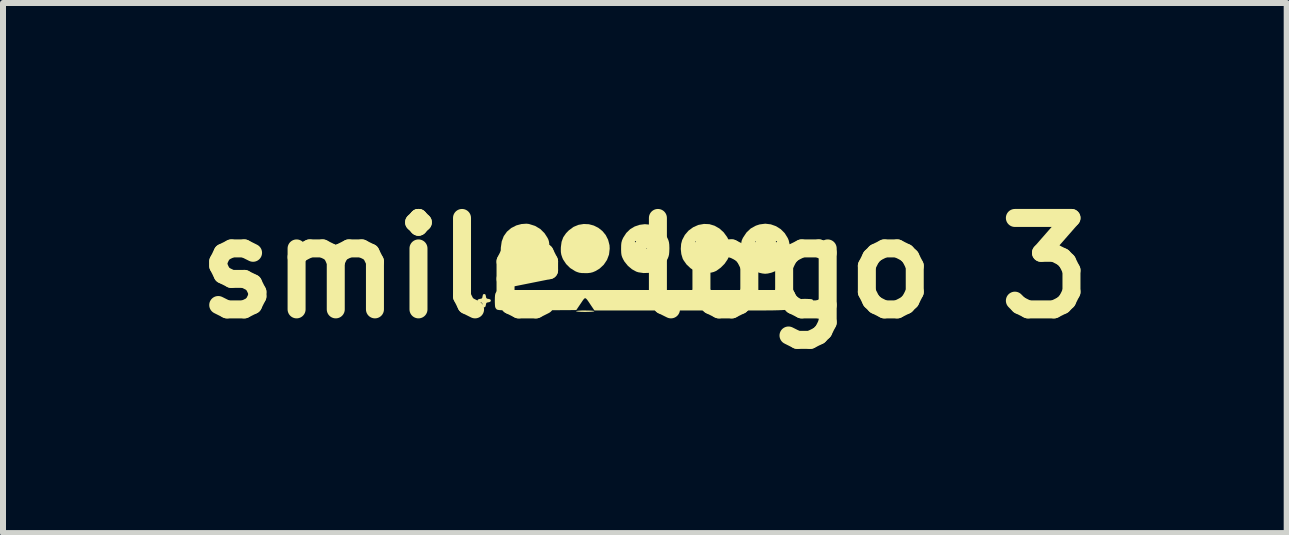
<source format=kicad_pcb>
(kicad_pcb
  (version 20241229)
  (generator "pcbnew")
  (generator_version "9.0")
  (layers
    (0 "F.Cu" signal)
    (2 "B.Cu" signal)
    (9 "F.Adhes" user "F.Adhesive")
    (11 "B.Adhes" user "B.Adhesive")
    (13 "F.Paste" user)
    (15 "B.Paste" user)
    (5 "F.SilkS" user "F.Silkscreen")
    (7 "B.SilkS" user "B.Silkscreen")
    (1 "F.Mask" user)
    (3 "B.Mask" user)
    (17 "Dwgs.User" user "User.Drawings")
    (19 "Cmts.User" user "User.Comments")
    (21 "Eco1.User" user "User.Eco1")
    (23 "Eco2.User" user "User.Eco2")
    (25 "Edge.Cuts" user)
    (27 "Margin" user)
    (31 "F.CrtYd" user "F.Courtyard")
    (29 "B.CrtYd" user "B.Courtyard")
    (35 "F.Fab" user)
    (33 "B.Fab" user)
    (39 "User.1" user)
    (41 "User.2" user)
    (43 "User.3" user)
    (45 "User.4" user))
  (footprint "smile logo 3"
    (layer "F.Cu")
    (at 7.7 1.418)
    (property "Reference" "smile logo 3" (at 0 0 0) (layer "F.SilkS") (effects (font (size 1.524 1.524) (thickness 0.3))))
    (attr board_only exclude_from_pos_files exclude_from_bom)
    (fp_poly (pts (xy -0.928 0.709) (xy -0.879 0.711) (xy -0.85 0.715) (xy -0.842 0.72) (xy -0.854 0.725) (xy -0.887 0.729) (xy -0.94 0.731) (xy -0.994 0.732) (xy -1.06 0.731) (xy -1.109 0.728) (xy -1.139 0.724) (xy -1.147 0.72) (xy -1.135 0.715) (xy -1.102 0.711) (xy -1.049 0.708) (xy -0.994 0.708)) (stroke (width 0) (type solid)) (fill yes) (layer "F.SilkS"))
    (fp_poly (pts (xy 2.697 0.515) (xy 2.747 0.517) (xy 2.778 0.52) (xy 2.795 0.526) (xy 2.802 0.536) (xy 2.804 0.546) (xy 2.804 0.559) (xy 2.799 0.567) (xy 2.783 0.571) (xy 2.753 0.573) (xy 2.702 0.573) (xy 2.697 0.573) (xy 2.642 0.573) (xy 2.607 0.57) (xy 2.587 0.564) (xy 2.578 0.555) (xy 2.578 0.554) (xy 2.576 0.535) (xy 2.589 0.522) (xy 2.62 0.516) (xy 2.671 0.514)) (stroke (width 0) (type solid)) (fill yes) (layer "F.SilkS"))
    (fp_poly (pts (xy -0.933 -0.73) (xy -0.851 -0.708) (xy -0.775 -0.67) (xy -0.707 -0.616) (xy -0.652 -0.549) (xy -0.612 -0.47) (xy -0.589 -0.38) (xy -0.586 -0.323) (xy -0.597 -0.225) (xy -0.631 -0.135) (xy -0.685 -0.055) (xy -0.756 0.011) (xy -0.823 0.051) (xy -0.868 0.07) (xy -0.908 0.08) (xy -0.954 0.085) (xy -0.994 0.085) (xy -1.051 0.084) (xy -1.094 0.078) (xy -1.134 0.065) (xy -1.165 0.051) (xy -1.245 0.000422) (xy -1.313 -0.067) (xy -1.364 -0.145) (xy -1.378 -0.178) (xy -1.393 -0.223) (xy -1.4 -0.266) (xy -1.401 -0.316) (xy -1.4 -0.348) (xy -1.388 -0.437) (xy -1.36 -0.513) (xy -1.313 -0.581) (xy -1.266 -0.629) (xy -1.188 -0.686) (xy -1.105 -0.72) (xy -1.019 -0.734)) (stroke (width 0) (type solid)) (fill yes) (layer "F.SilkS"))
    (fp_poly (pts (xy -2.659 0.44) (xy -2.651 0.463) (xy -2.65 0.472) (xy -2.644 0.5) (xy -2.627 0.512) (xy -2.607 0.515) (xy -2.579 0.522) (xy -2.568 0.537) (xy -2.568 0.543) (xy -2.575 0.561) (xy -2.598 0.57) (xy -2.607 0.571) (xy -2.635 0.577) (xy -2.647 0.594) (xy -2.65 0.614) (xy -2.657 0.643) (xy -2.675 0.655) (xy -2.681 0.657) (xy -2.699 0.656) (xy -2.707 0.643) (xy -2.708 0.617) (xy -2.71 0.588) (xy -2.72 0.576) (xy -2.747 0.573) (xy -2.752 0.573) (xy -2.781 0.571) (xy -2.792 0.563) (xy -2.792 0.546) (xy -2.782 0.525) (xy -2.757 0.516) (xy -2.749 0.515) (xy -2.721 0.509) (xy -2.709 0.492) (xy -2.706 0.472) (xy -2.699 0.444) (xy -2.684 0.433) (xy -2.678 0.433)) (stroke (width 0) (type solid)) (fill yes) (layer "F.SilkS"))
    (fp_poly (pts (xy -1.931 -0.734) (xy -1.83 -0.702) (xy -1.744 -0.651) (xy -1.673 -0.581) (xy -1.625 -0.507) (xy -1.609 -0.475) (xy -1.6 -0.446) (xy -1.594 -0.411) (xy -1.592 -0.365) (xy -1.592 -0.323) (xy -1.593 -0.265) (xy -1.596 -0.223) (xy -1.602 -0.191) (xy -1.613 -0.163) (xy -1.625 -0.14) (xy -1.682 -0.056) (xy -1.753 0.01) (xy -1.835 0.058) (xy -1.924 0.086) (xy -2.018 0.092) (xy -2.072 0.085) (xy -2.167 0.054) (xy -2.249 0.002) (xy -2.318 -0.069) (xy -2.369 -0.154) (xy -2.387 -0.195) (xy -2.398 -0.228) (xy -2.402 -0.262) (xy -2.402 -0.306) (xy -2.401 -0.339) (xy -2.386 -0.443) (xy -2.352 -0.532) (xy -2.299 -0.606) (xy -2.226 -0.668) (xy -2.221 -0.67) (xy -2.143 -0.71) (xy -2.058 -0.733) (xy -1.974 -0.739)) (stroke (width 0) (type solid)) (fill yes) (layer "F.SilkS"))
    (fp_poly (pts (xy 2.1 -0.728) (xy 2.187 -0.697) (xy 2.265 -0.648) (xy 2.332 -0.581) (xy 2.382 -0.5) (xy 2.398 -0.462) (xy 2.411 -0.405) (xy 2.417 -0.335) (xy 2.414 -0.264) (xy 2.404 -0.202) (xy 2.398 -0.185) (xy 2.354 -0.098) (xy 2.291 -0.024) (xy 2.213 0.035) (xy 2.121 0.074) (xy 2.105 0.079) (xy 2.049 0.092) (xy 2.004 0.096) (xy 1.959 0.091) (xy 1.903 0.078) (xy 1.812 0.041) (xy 1.732 -0.016) (xy 1.666 -0.093) (xy 1.637 -0.14) (xy 1.621 -0.172) (xy 1.612 -0.201) (xy 1.607 -0.235) (xy 1.605 -0.282) (xy 1.604 -0.323) (xy 1.605 -0.382) (xy 1.608 -0.424) (xy 1.611 -0.439) (xy 1.842 -0.439) (xy 1.847 -0.429) (xy 1.85 -0.431) (xy 1.851 -0.439) (xy 2.184 -0.439) (xy 2.188 -0.427) (xy 2.189 -0.427) (xy 2.2 -0.436) (xy 2.202 -0.439) (xy 2.201 -0.45) (xy 2.197 -0.451) (xy 2.184 -0.443) (xy 2.184 -0.439) (xy 1.851 -0.439) (xy 1.852 -0.446) (xy 1.85 -0.447) (xy 1.843 -0.446) (xy 1.842 -0.439) (xy 1.611 -0.439) (xy 1.614 -0.455) (xy 1.626 -0.484) (xy 1.637 -0.506) (xy 1.695 -0.593) (xy 1.765 -0.659) (xy 1.85 -0.706) (xy 1.914 -0.727) (xy 2.008 -0.739)) (stroke (width 0) (type solid)) (fill yes) (layer "F.SilkS"))
    (fp_poly (pts (xy 1.076 -0.731) (xy 1.162 -0.705) (xy 1.243 -0.659) (xy 1.314 -0.595) (xy 1.371 -0.517) (xy 1.377 -0.506) (xy 1.392 -0.475) (xy 1.401 -0.446) (xy 1.407 -0.412) (xy 1.409 -0.365) (xy 1.409 -0.323) (xy 1.408 -0.265) (xy 1.405 -0.223) (xy 1.399 -0.191) (xy 1.388 -0.162) (xy 1.377 -0.14) (xy 1.329 -0.07) (xy 1.265 -0.006) (xy 1.195 0.045) (xy 1.183 0.051) (xy 1.148 0.066) (xy 1.108 0.076) (xy 1.056 0.081) (xy 1.019 0.083) (xy 0.963 0.084) (xy 0.924 0.082) (xy 0.892 0.075) (xy 0.858 0.062) (xy 0.836 0.051) (xy 0.762 0.004) (xy 0.696 -0.058) (xy 0.645 -0.13) (xy 0.631 -0.156) (xy 0.608 -0.232) (xy 0.599 -0.317) (xy 0.605 -0.402) (xy 0.615 -0.439) (xy 0.842 -0.439) (xy 0.846 -0.429) (xy 0.85 -0.431) (xy 0.851 -0.439) (xy 1.183 -0.439) (xy 1.188 -0.427) (xy 1.189 -0.427) (xy 1.199 -0.436) (xy 1.202 -0.439) (xy 1.201 -0.45) (xy 1.196 -0.451) (xy 1.184 -0.443) (xy 1.183 -0.439) (xy 0.851 -0.439) (xy 0.851 -0.446) (xy 0.85 -0.447) (xy 0.843 -0.446) (xy 0.842 -0.439) (xy 0.615 -0.439) (xy 0.622 -0.466) (xy 0.667 -0.552) (xy 0.729 -0.624) (xy 0.806 -0.68) (xy 0.892 -0.718) (xy 0.986 -0.735)) (stroke (width 0) (type solid)) (fill yes) (layer "F.SilkS"))
    (fp_poly (pts (xy 2.488 0.398) (xy 2.5 0.417) (xy 2.508 0.441) (xy 2.512 0.475) (xy 2.513 0.525) (xy 2.513 0.545) (xy 2.514 0.567) (xy 2.517 0.588) (xy 2.519 0.607) (xy 2.521 0.623) (xy 2.521 0.638) (xy 2.517 0.651) (xy 2.509 0.662) (xy 2.495 0.672) (xy 2.474 0.68) (xy 2.445 0.687) (xy 2.408 0.693) (xy 2.359 0.697) (xy 2.3 0.701) (xy 2.227 0.704) (xy 2.141 0.706) (xy 2.04 0.707) (xy 1.922 0.708) (xy 1.788 0.708) (xy 1.634 0.708) (xy 1.461 0.708) (xy 1.267 0.708) (xy 1.051 0.708) (xy 0.812 0.708) (xy -0.84 0.708) (xy -0.899 0.621) (xy -0.937 0.564) (xy -0.964 0.526) (xy -0.984 0.506) (xy -1 0.503) (xy -1.017 0.517) (xy -1.039 0.547) (xy -1.069 0.592) (xy -1.07 0.593) (xy -1.143 0.701) (xy -1.798 0.705) (xy -1.941 0.705) (xy -2.061 0.706) (xy -2.161 0.706) (xy -2.243 0.706) (xy -2.308 0.705) (xy -2.359 0.704) (xy -2.398 0.703) (xy -2.426 0.701) (xy -2.446 0.698) (xy -2.459 0.695) (xy -2.468 0.691) (xy -2.474 0.686) (xy -2.476 0.683) (xy -2.488 0.668) (xy -2.496 0.648) (xy -2.499 0.617) (xy -2.501 0.569) (xy -2.501 0.545) (xy -2.5 0.488) (xy -2.497 0.45) (xy -2.491 0.424) (xy -2.48 0.404) (xy -2.476 0.398) (xy -2.45 0.366) (xy 2.463 0.366)) (stroke (width 0) (type solid)) (fill yes) (layer "F.SilkS"))
    (fp_poly (pts (xy 0.085 -0.723) (xy 0.169 -0.698) (xy 0.245 -0.655) (xy 0.313 -0.595) (xy 0.367 -0.517) (xy 0.375 -0.503) (xy 0.392 -0.465) (xy 0.402 -0.43) (xy 0.407 -0.391) (xy 0.409 -0.338) (xy 0.409 -0.323) (xy 0.407 -0.266) (xy 0.403 -0.224) (xy 0.394 -0.189) (xy 0.379 -0.152) (xy 0.374 -0.144) (xy 0.328 -0.072) (xy 0.265 -0.008) (xy 0.192 0.042) (xy 0.151 0.06) (xy 0.068 0.081) (xy -0.022 0.084) (xy -0.109 0.071) (xy -0.143 0.06) (xy -0.216 0.02) (xy -0.283 -0.037) (xy -0.339 -0.106) (xy -0.36 -0.142) (xy -0.378 -0.18) (xy -0.389 -0.214) (xy -0.394 -0.251) (xy -0.396 -0.301) (xy -0.396 -0.323) (xy 0.024 -0.323) (xy 0.03 -0.317) (xy 0.037 -0.323) (xy 0.03 -0.329) (xy 0.024 -0.323) (xy -0.396 -0.323) (xy -0.395 -0.381) (xy -0.391 -0.422) (xy -0.385 -0.444) (xy -0.167 -0.444) (xy -0.165 -0.439) (xy -0.154 -0.428) (xy -0.152 -0.427) (xy -0.147 -0.436) (xy -0.146 -0.439) (xy 0.183 -0.439) (xy 0.187 -0.429) (xy 0.191 -0.431) (xy 0.193 -0.446) (xy 0.191 -0.447) (xy 0.184 -0.446) (xy 0.183 -0.439) (xy -0.146 -0.439) (xy -0.156 -0.451) (xy -0.159 -0.451) (xy -0.167 -0.444) (xy -0.385 -0.444) (xy -0.382 -0.457) (xy -0.366 -0.494) (xy -0.362 -0.503) (xy -0.31 -0.584) (xy -0.245 -0.647) (xy -0.17 -0.692) (xy -0.087 -0.72) (xy -0.001 -0.731)) (stroke (width 0) (type solid)) (fill yes) (layer "F.SilkS")))
  (gr_rect
    (start -3 -3)
    (end 18.4 5.836)
    (stroke (width 0.1) (type default))
    (fill no)
    (layer "Edge.Cuts")))
</source>
